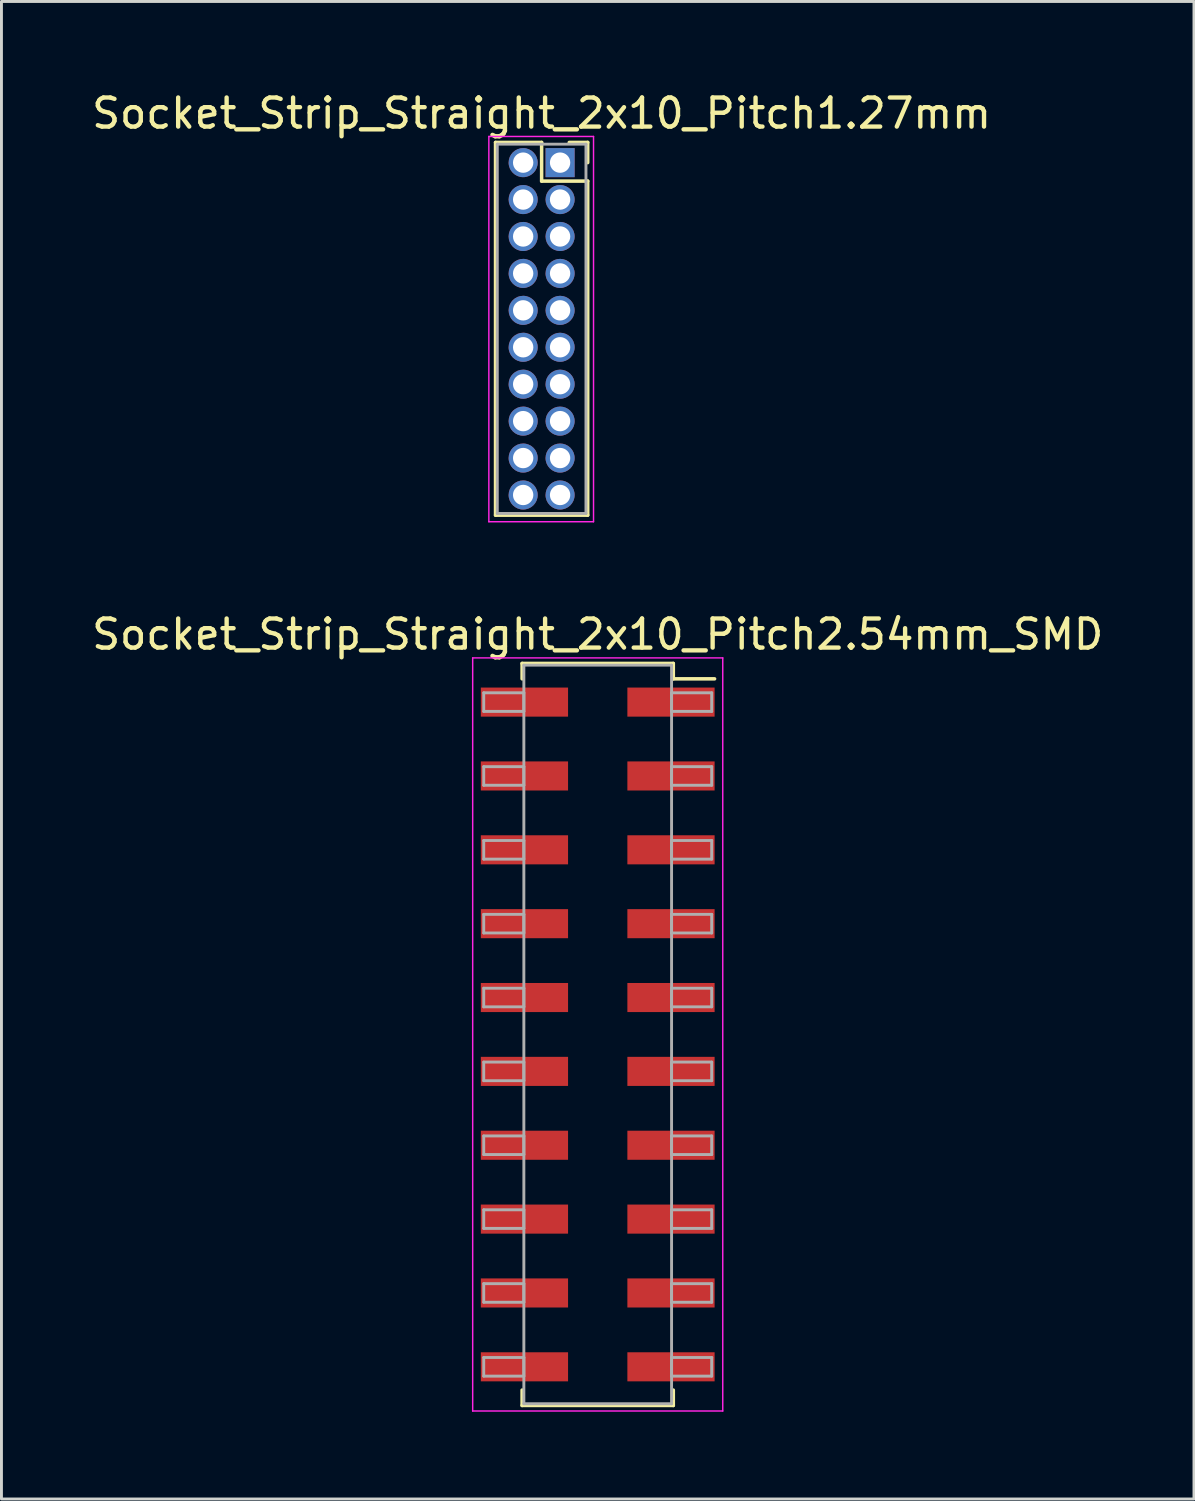
<source format=kicad_pcb>
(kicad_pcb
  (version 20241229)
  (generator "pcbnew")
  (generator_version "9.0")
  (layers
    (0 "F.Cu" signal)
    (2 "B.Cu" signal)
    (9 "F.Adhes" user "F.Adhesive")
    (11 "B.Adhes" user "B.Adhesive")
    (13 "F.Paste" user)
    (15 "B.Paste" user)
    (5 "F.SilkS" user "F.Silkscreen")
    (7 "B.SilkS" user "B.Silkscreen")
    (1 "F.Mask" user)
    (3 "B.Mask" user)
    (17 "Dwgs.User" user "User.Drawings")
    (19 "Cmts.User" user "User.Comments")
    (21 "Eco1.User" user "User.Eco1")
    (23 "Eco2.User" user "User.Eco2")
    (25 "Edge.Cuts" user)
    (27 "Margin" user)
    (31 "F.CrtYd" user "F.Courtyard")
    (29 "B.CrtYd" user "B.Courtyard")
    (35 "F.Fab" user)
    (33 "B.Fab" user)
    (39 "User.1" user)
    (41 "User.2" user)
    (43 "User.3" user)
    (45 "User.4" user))
  (footprint "Socket_Strip_Straight_2x10_Pitch1.27mm"
    (layer "F.Cu")
    (at 16.212 2.543)
    (property "Reference" "Socket_Strip_Straight_2x10_Pitch1.27mm" (at -0.635 -1.695 0) (layer "F.SilkS") (effects (font (size 1 1) (thickness 0.15))))
    (attr through_hole)
    (fp_line (start -2.22 -0.695) (end -0.635 -0.695) (stroke (width 0.12) (type solid)) (layer "F.SilkS"))
    (fp_line (start -2.22 12.125) (end -2.22 -0.695) (stroke (width 0.12) (type solid)) (layer "F.SilkS"))
    (fp_line (start -0.635 -0.695) (end -0.635 0.635) (stroke (width 0.12) (type solid)) (layer "F.SilkS"))
    (fp_line (start -0.635 0.635) (end 0.95 0.635) (stroke (width 0.12) (type solid)) (layer "F.SilkS"))
    (fp_line (start 0.95 -0.695) (end 0.315 -0.695) (stroke (width 0.12) (type solid)) (layer "F.SilkS"))
    (fp_line (start 0.95 0) (end 0.95 -0.695) (stroke (width 0.12) (type solid)) (layer "F.SilkS"))
    (fp_line (start 0.95 0.635) (end 0.95 12.125) (stroke (width 0.12) (type solid)) (layer "F.SilkS"))
    (fp_line (start 0.95 12.125) (end -2.22 12.125) (stroke (width 0.12) (type solid)) (layer "F.SilkS"))
    (fp_line (start -2.45 -0.9) (end -2.45 12.35) (stroke (width 0.05) (type solid)) (layer "F.CrtYd"))
    (fp_line (start -2.45 12.35) (end 1.15 12.35) (stroke (width 0.05) (type solid)) (layer "F.CrtYd"))
    (fp_line (start 1.15 -0.9) (end -2.45 -0.9) (stroke (width 0.05) (type solid)) (layer "F.CrtYd"))
    (fp_line (start 1.15 12.35) (end 1.15 -0.9) (stroke (width 0.05) (type solid)) (layer "F.CrtYd"))
    (fp_line (start -2.16 -0.635) (end -2.16 12.065) (stroke (width 0.1) (type solid)) (layer "F.Fab"))
    (fp_line (start -2.16 12.065) (end 0.89 12.065) (stroke (width 0.1) (type solid)) (layer "F.Fab"))
    (fp_line (start 0.89 -0.635) (end -2.16 -0.635) (stroke (width 0.1) (type solid)) (layer "F.Fab"))
    (fp_line (start 0.89 12.065) (end 0.89 -0.635) (stroke (width 0.1) (type solid)) (layer "F.Fab"))
    (pad "1" thru_hole rect (at 0 0) (size 1 1) (drill 0.7) (layers "*.Cu" "*.Mask"))
    (pad "2" thru_hole oval (at -1.27 0) (size 1 1) (drill 0.7) (layers "*.Cu" "*.Mask"))
    (pad "3" thru_hole oval (at 0 1.27) (size 1 1) (drill 0.7) (layers "*.Cu" "*.Mask"))
    (pad "4" thru_hole oval (at -1.27 1.27) (size 1 1) (drill 0.7) (layers "*.Cu" "*.Mask"))
    (pad "5" thru_hole oval (at 0 2.54) (size 1 1) (drill 0.7) (layers "*.Cu" "*.Mask"))
    (pad "6" thru_hole oval (at -1.27 2.54) (size 1 1) (drill 0.7) (layers "*.Cu" "*.Mask"))
    (pad "7" thru_hole oval (at 0 3.81) (size 1 1) (drill 0.7) (layers "*.Cu" "*.Mask"))
    (pad "8" thru_hole oval (at -1.27 3.81) (size 1 1) (drill 0.7) (layers "*.Cu" "*.Mask"))
    (pad "9" thru_hole oval (at 0 5.08) (size 1 1) (drill 0.7) (layers "*.Cu" "*.Mask"))
    (pad "10" thru_hole oval (at -1.27 5.08) (size 1 1) (drill 0.7) (layers "*.Cu" "*.Mask"))
    (pad "11" thru_hole oval (at 0 6.35) (size 1 1) (drill 0.7) (layers "*.Cu" "*.Mask"))
    (pad "12" thru_hole oval (at -1.27 6.35) (size 1 1) (drill 0.7) (layers "*.Cu" "*.Mask"))
    (pad "13" thru_hole oval (at 0 7.62) (size 1 1) (drill 0.7) (layers "*.Cu" "*.Mask"))
    (pad "14" thru_hole oval (at -1.27 7.62) (size 1 1) (drill 0.7) (layers "*.Cu" "*.Mask"))
    (pad "15" thru_hole oval (at 0 8.89) (size 1 1) (drill 0.7) (layers "*.Cu" "*.Mask"))
    (pad "16" thru_hole oval (at -1.27 8.89) (size 1 1) (drill 0.7) (layers "*.Cu" "*.Mask"))
    (pad "17" thru_hole oval (at 0 10.16) (size 1 1) (drill 0.7) (layers "*.Cu" "*.Mask"))
    (pad "18" thru_hole oval (at -1.27 10.16) (size 1 1) (drill 0.7) (layers "*.Cu" "*.Mask"))
    (pad "19" thru_hole oval (at 0 11.43) (size 1 1) (drill 0.7) (layers "*.Cu" "*.Mask"))
    (pad "20" thru_hole oval (at -1.27 11.43) (size 1 1) (drill 0.7) (layers "*.Cu" "*.Mask")))
  (footprint "Socket_Strip_Straight_2x10_Pitch2.54mm_SMD"
    (layer "F.Cu")
    (at 17.506 32.526)
    (property "Reference" "Socket_Strip_Straight_2x10_Pitch2.54mm_SMD" (at 0 -13.76 0) (layer "F.SilkS") (effects (font (size 1 1) (thickness 0.15))))
    (attr smd)
    (fp_line (start -2.6 -12.76) (end 2.6 -12.76) (stroke (width 0.12) (type solid)) (layer "F.SilkS"))
    (fp_line (start -2.6 -12.23) (end -2.6 -12.76) (stroke (width 0.12) (type solid)) (layer "F.SilkS"))
    (fp_line (start -2.6 12.23) (end -2.6 12.76) (stroke (width 0.12) (type solid)) (layer "F.SilkS"))
    (fp_line (start -2.6 12.76) (end 2.6 12.76) (stroke (width 0.12) (type solid)) (layer "F.SilkS"))
    (fp_line (start 2.6 -12.76) (end 2.6 -12.23) (stroke (width 0.12) (type solid)) (layer "F.SilkS"))
    (fp_line (start 2.6 12.76) (end 2.6 12.23) (stroke (width 0.12) (type solid)) (layer "F.SilkS"))
    (fp_line (start 4.02 -12.23) (end 2.6 -12.23) (stroke (width 0.12) (type solid)) (layer "F.SilkS"))
    (fp_line (start -4.3 -12.95) (end -4.3 12.95) (stroke (width 0.05) (type solid)) (layer "F.CrtYd"))
    (fp_line (start -4.3 12.95) (end 4.3 12.95) (stroke (width 0.05) (type solid)) (layer "F.CrtYd"))
    (fp_line (start 4.3 -12.95) (end -4.3 -12.95) (stroke (width 0.05) (type solid)) (layer "F.CrtYd"))
    (fp_line (start 4.3 12.95) (end 4.3 -12.95) (stroke (width 0.05) (type solid)) (layer "F.CrtYd"))
    (fp_line (start -3.92 -11.75) (end -2.54 -11.75) (stroke (width 0.1) (type solid)) (layer "F.Fab"))
    (fp_line (start -3.92 -11.11) (end -3.92 -11.75) (stroke (width 0.1) (type solid)) (layer "F.Fab"))
    (fp_line (start -3.92 -9.21) (end -2.54 -9.21) (stroke (width 0.1) (type solid)) (layer "F.Fab"))
    (fp_line (start -3.92 -8.57) (end -3.92 -9.21) (stroke (width 0.1) (type solid)) (layer "F.Fab"))
    (fp_line (start -3.92 -6.67) (end -2.54 -6.67) (stroke (width 0.1) (type solid)) (layer "F.Fab"))
    (fp_line (start -3.92 -6.03) (end -3.92 -6.67) (stroke (width 0.1) (type solid)) (layer "F.Fab"))
    (fp_line (start -3.92 -4.13) (end -2.54 -4.13) (stroke (width 0.1) (type solid)) (layer "F.Fab"))
    (fp_line (start -3.92 -3.49) (end -3.92 -4.13) (stroke (width 0.1) (type solid)) (layer "F.Fab"))
    (fp_line (start -3.92 -1.59) (end -2.54 -1.59) (stroke (width 0.1) (type solid)) (layer "F.Fab"))
    (fp_line (start -3.92 -0.95) (end -3.92 -1.59) (stroke (width 0.1) (type solid)) (layer "F.Fab"))
    (fp_line (start -3.92 0.95) (end -2.54 0.95) (stroke (width 0.1) (type solid)) (layer "F.Fab"))
    (fp_line (start -3.92 1.59) (end -3.92 0.95) (stroke (width 0.1) (type solid)) (layer "F.Fab"))
    (fp_line (start -3.92 3.49) (end -2.54 3.49) (stroke (width 0.1) (type solid)) (layer "F.Fab"))
    (fp_line (start -3.92 4.13) (end -3.92 3.49) (stroke (width 0.1) (type solid)) (layer "F.Fab"))
    (fp_line (start -3.92 6.03) (end -2.54 6.03) (stroke (width 0.1) (type solid)) (layer "F.Fab"))
    (fp_line (start -3.92 6.67) (end -3.92 6.03) (stroke (width 0.1) (type solid)) (layer "F.Fab"))
    (fp_line (start -3.92 8.57) (end -2.54 8.57) (stroke (width 0.1) (type solid)) (layer "F.Fab"))
    (fp_line (start -3.92 9.21) (end -3.92 8.57) (stroke (width 0.1) (type solid)) (layer "F.Fab"))
    (fp_line (start -3.92 11.11) (end -2.54 11.11) (stroke (width 0.1) (type solid)) (layer "F.Fab"))
    (fp_line (start -3.92 11.75) (end -3.92 11.11) (stroke (width 0.1) (type solid)) (layer "F.Fab"))
    (fp_line (start -2.54 -12.7) (end -2.54 12.7) (stroke (width 0.1) (type solid)) (layer "F.Fab"))
    (fp_line (start -2.54 -11.75) (end -2.54 -11.11) (stroke (width 0.1) (type solid)) (layer "F.Fab"))
    (fp_line (start -2.54 -11.11) (end -3.92 -11.11) (stroke (width 0.1) (type solid)) (layer "F.Fab"))
    (fp_line (start -2.54 -9.21) (end -2.54 -8.57) (stroke (width 0.1) (type solid)) (layer "F.Fab"))
    (fp_line (start -2.54 -8.57) (end -3.92 -8.57) (stroke (width 0.1) (type solid)) (layer "F.Fab"))
    (fp_line (start -2.54 -6.67) (end -2.54 -6.03) (stroke (width 0.1) (type solid)) (layer "F.Fab"))
    (fp_line (start -2.54 -6.03) (end -3.92 -6.03) (stroke (width 0.1) (type solid)) (layer "F.Fab"))
    (fp_line (start -2.54 -4.13) (end -2.54 -3.49) (stroke (width 0.1) (type solid)) (layer "F.Fab"))
    (fp_line (start -2.54 -3.49) (end -3.92 -3.49) (stroke (width 0.1) (type solid)) (layer "F.Fab"))
    (fp_line (start -2.54 -1.59) (end -2.54 -0.95) (stroke (width 0.1) (type solid)) (layer "F.Fab"))
    (fp_line (start -2.54 -0.95) (end -3.92 -0.95) (stroke (width 0.1) (type solid)) (layer "F.Fab"))
    (fp_line (start -2.54 0.95) (end -2.54 1.59) (stroke (width 0.1) (type solid)) (layer "F.Fab"))
    (fp_line (start -2.54 1.59) (end -3.92 1.59) (stroke (width 0.1) (type solid)) (layer "F.Fab"))
    (fp_line (start -2.54 3.49) (end -2.54 4.13) (stroke (width 0.1) (type solid)) (layer "F.Fab"))
    (fp_line (start -2.54 4.13) (end -3.92 4.13) (stroke (width 0.1) (type solid)) (layer "F.Fab"))
    (fp_line (start -2.54 6.03) (end -2.54 6.67) (stroke (width 0.1) (type solid)) (layer "F.Fab"))
    (fp_line (start -2.54 6.67) (end -3.92 6.67) (stroke (width 0.1) (type solid)) (layer "F.Fab"))
    (fp_line (start -2.54 8.57) (end -2.54 9.21) (stroke (width 0.1) (type solid)) (layer "F.Fab"))
    (fp_line (start -2.54 9.21) (end -3.92 9.21) (stroke (width 0.1) (type solid)) (layer "F.Fab"))
    (fp_line (start -2.54 11.11) (end -2.54 11.75) (stroke (width 0.1) (type solid)) (layer "F.Fab"))
    (fp_line (start -2.54 11.75) (end -3.92 11.75) (stroke (width 0.1) (type solid)) (layer "F.Fab"))
    (fp_line (start -2.54 12.7) (end 2.54 12.7) (stroke (width 0.1) (type solid)) (layer "F.Fab"))
    (fp_line (start 2.54 -12.7) (end -2.54 -12.7) (stroke (width 0.1) (type solid)) (layer "F.Fab"))
    (fp_line (start 2.54 -11.75) (end 2.54 -11.11) (stroke (width 0.1) (type solid)) (layer "F.Fab"))
    (fp_line (start 2.54 -11.11) (end 3.92 -11.11) (stroke (width 0.1) (type solid)) (layer "F.Fab"))
    (fp_line (start 2.54 -9.21) (end 2.54 -8.57) (stroke (width 0.1) (type solid)) (layer "F.Fab"))
    (fp_line (start 2.54 -8.57) (end 3.92 -8.57) (stroke (width 0.1) (type solid)) (layer "F.Fab"))
    (fp_line (start 2.54 -6.67) (end 2.54 -6.03) (stroke (width 0.1) (type solid)) (layer "F.Fab"))
    (fp_line (start 2.54 -6.03) (end 3.92 -6.03) (stroke (width 0.1) (type solid)) (layer "F.Fab"))
    (fp_line (start 2.54 -4.13) (end 2.54 -3.49) (stroke (width 0.1) (type solid)) (layer "F.Fab"))
    (fp_line (start 2.54 -3.49) (end 3.92 -3.49) (stroke (width 0.1) (type solid)) (layer "F.Fab"))
    (fp_line (start 2.54 -1.59) (end 2.54 -0.95) (stroke (width 0.1) (type solid)) (layer "F.Fab"))
    (fp_line (start 2.54 -0.95) (end 3.92 -0.95) (stroke (width 0.1) (type solid)) (layer "F.Fab"))
    (fp_line (start 2.54 0.95) (end 2.54 1.59) (stroke (width 0.1) (type solid)) (layer "F.Fab"))
    (fp_line (start 2.54 1.59) (end 3.92 1.59) (stroke (width 0.1) (type solid)) (layer "F.Fab"))
    (fp_line (start 2.54 3.49) (end 2.54 4.13) (stroke (width 0.1) (type solid)) (layer "F.Fab"))
    (fp_line (start 2.54 4.13) (end 3.92 4.13) (stroke (width 0.1) (type solid)) (layer "F.Fab"))
    (fp_line (start 2.54 6.03) (end 2.54 6.67) (stroke (width 0.1) (type solid)) (layer "F.Fab"))
    (fp_line (start 2.54 6.67) (end 3.92 6.67) (stroke (width 0.1) (type solid)) (layer "F.Fab"))
    (fp_line (start 2.54 8.57) (end 2.54 9.21) (stroke (width 0.1) (type solid)) (layer "F.Fab"))
    (fp_line (start 2.54 9.21) (end 3.92 9.21) (stroke (width 0.1) (type solid)) (layer "F.Fab"))
    (fp_line (start 2.54 11.11) (end 2.54 11.75) (stroke (width 0.1) (type solid)) (layer "F.Fab"))
    (fp_line (start 2.54 11.75) (end 3.92 11.75) (stroke (width 0.1) (type solid)) (layer "F.Fab"))
    (fp_line (start 2.54 12.7) (end 2.54 -12.7) (stroke (width 0.1) (type solid)) (layer "F.Fab"))
    (fp_line (start 3.92 -11.75) (end 2.54 -11.75) (stroke (width 0.1) (type solid)) (layer "F.Fab"))
    (fp_line (start 3.92 -11.11) (end 3.92 -11.75) (stroke (width 0.1) (type solid)) (layer "F.Fab"))
    (fp_line (start 3.92 -9.21) (end 2.54 -9.21) (stroke (width 0.1) (type solid)) (layer "F.Fab"))
    (fp_line (start 3.92 -8.57) (end 3.92 -9.21) (stroke (width 0.1) (type solid)) (layer "F.Fab"))
    (fp_line (start 3.92 -6.67) (end 2.54 -6.67) (stroke (width 0.1) (type solid)) (layer "F.Fab"))
    (fp_line (start 3.92 -6.03) (end 3.92 -6.67) (stroke (width 0.1) (type solid)) (layer "F.Fab"))
    (fp_line (start 3.92 -4.13) (end 2.54 -4.13) (stroke (width 0.1) (type solid)) (layer "F.Fab"))
    (fp_line (start 3.92 -3.49) (end 3.92 -4.13) (stroke (width 0.1) (type solid)) (layer "F.Fab"))
    (fp_line (start 3.92 -1.59) (end 2.54 -1.59) (stroke (width 0.1) (type solid)) (layer "F.Fab"))
    (fp_line (start 3.92 -0.95) (end 3.92 -1.59) (stroke (width 0.1) (type solid)) (layer "F.Fab"))
    (fp_line (start 3.92 0.95) (end 2.54 0.95) (stroke (width 0.1) (type solid)) (layer "F.Fab"))
    (fp_line (start 3.92 1.59) (end 3.92 0.95) (stroke (width 0.1) (type solid)) (layer "F.Fab"))
    (fp_line (start 3.92 3.49) (end 2.54 3.49) (stroke (width 0.1) (type solid)) (layer "F.Fab"))
    (fp_line (start 3.92 4.13) (end 3.92 3.49) (stroke (width 0.1) (type solid)) (layer "F.Fab"))
    (fp_line (start 3.92 6.03) (end 2.54 6.03) (stroke (width 0.1) (type solid)) (layer "F.Fab"))
    (fp_line (start 3.92 6.67) (end 3.92 6.03) (stroke (width 0.1) (type solid)) (layer "F.Fab"))
    (fp_line (start 3.92 8.57) (end 2.54 8.57) (stroke (width 0.1) (type solid)) (layer "F.Fab"))
    (fp_line (start 3.92 9.21) (end 3.92 8.57) (stroke (width 0.1) (type solid)) (layer "F.Fab"))
    (fp_line (start 3.92 11.11) (end 2.54 11.11) (stroke (width 0.1) (type solid)) (layer "F.Fab"))
    (fp_line (start 3.92 11.75) (end 3.92 11.11) (stroke (width 0.1) (type solid)) (layer "F.Fab"))
    (pad "1" smd rect (at 2.52 -11.43) (size 3 1) (layers "F.Cu" "F.Mask"))
    (pad "2" smd rect (at -2.52 -11.43) (size 3 1) (layers "F.Cu" "F.Mask"))
    (pad "3" smd rect (at 2.52 -8.89) (size 3 1) (layers "F.Cu" "F.Mask"))
    (pad "4" smd rect (at -2.52 -8.89) (size 3 1) (layers "F.Cu" "F.Mask"))
    (pad "5" smd rect (at 2.52 -6.35) (size 3 1) (layers "F.Cu" "F.Mask"))
    (pad "6" smd rect (at -2.52 -6.35) (size 3 1) (layers "F.Cu" "F.Mask"))
    (pad "7" smd rect (at 2.52 -3.81) (size 3 1) (layers "F.Cu" "F.Mask"))
    (pad "8" smd rect (at -2.52 -3.81) (size 3 1) (layers "F.Cu" "F.Mask"))
    (pad "9" smd rect (at 2.52 -1.27) (size 3 1) (layers "F.Cu" "F.Mask"))
    (pad "10" smd rect (at -2.52 -1.27) (size 3 1) (layers "F.Cu" "F.Mask"))
    (pad "11" smd rect (at 2.52 1.27) (size 3 1) (layers "F.Cu" "F.Mask"))
    (pad "12" smd rect (at -2.52 1.27) (size 3 1) (layers "F.Cu" "F.Mask"))
    (pad "13" smd rect (at 2.52 3.81) (size 3 1) (layers "F.Cu" "F.Mask"))
    (pad "14" smd rect (at -2.52 3.81) (size 3 1) (layers "F.Cu" "F.Mask"))
    (pad "15" smd rect (at 2.52 6.35) (size 3 1) (layers "F.Cu" "F.Mask"))
    (pad "16" smd rect (at -2.52 6.35) (size 3 1) (layers "F.Cu" "F.Mask"))
    (pad "17" smd rect (at 2.52 8.89) (size 3 1) (layers "F.Cu" "F.Mask"))
    (pad "18" smd rect (at -2.52 8.89) (size 3 1) (layers "F.Cu" "F.Mask"))
    (pad "19" smd rect (at 2.52 11.43) (size 3 1) (layers "F.Cu" "F.Mask"))
    (pad "20" smd rect (at -2.52 11.43) (size 3 1) (layers "F.Cu" "F.Mask")))
  (gr_rect
    (start -3 -3)
    (end 38.012 48.502)
    (stroke (width 0.1) (type default))
    (fill no)
    (layer "Edge.Cuts")))
</source>
